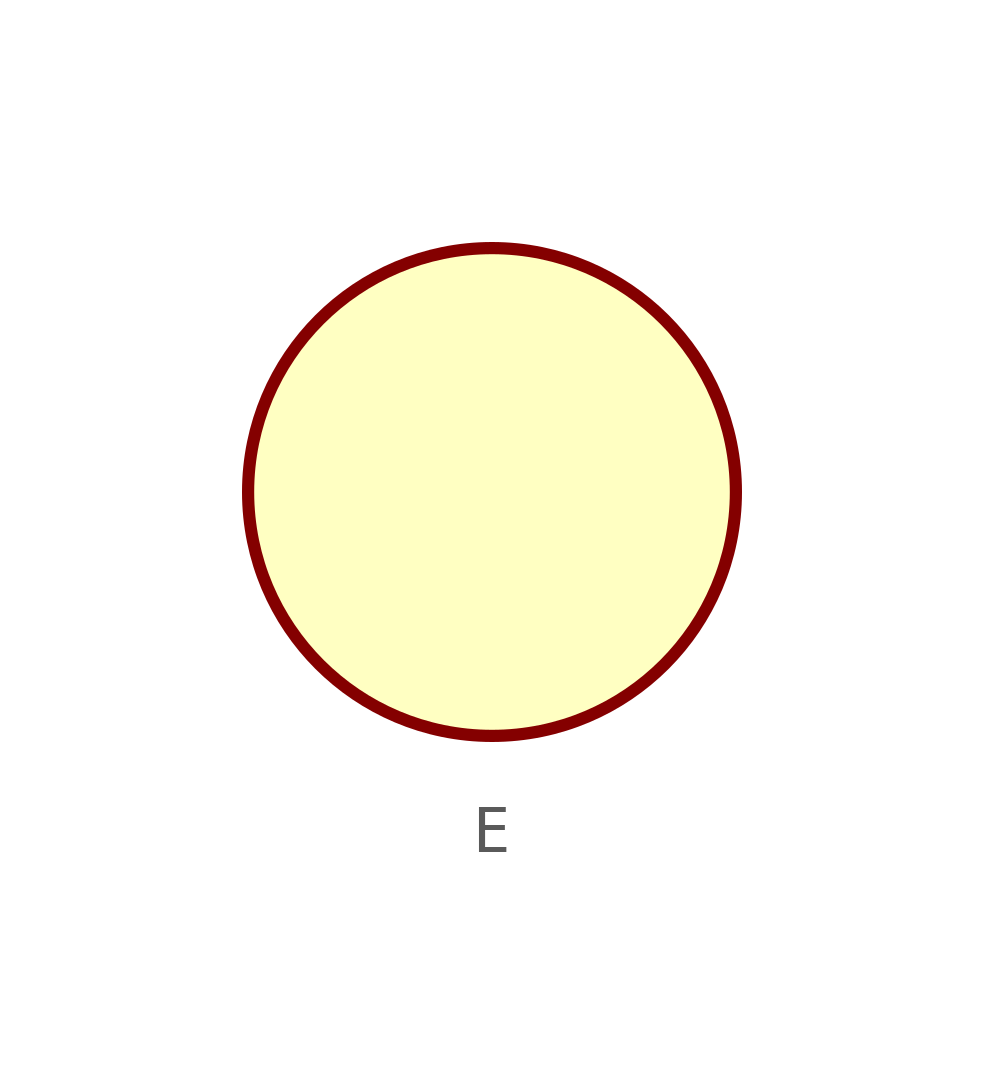
<source format=kicad_sym>
(kicad_symbol_lib
  (version 20211014)
  (generator kicad_symbol_editor)
  (symbol "E"
    (pin_numbers hide)
    (pin_names
      (offset 0) hide)
    (property "Reference" "#SYM"
      (at 0 0 0)
      (effects (font (size 0 0)) hide))
    (symbol "E_1_1"
      (circle (center 0 0) (radius 5.08) (stroke (width 0.254) (type default) (color 0 0 0 0)) (fill (type background))))))
</source>
